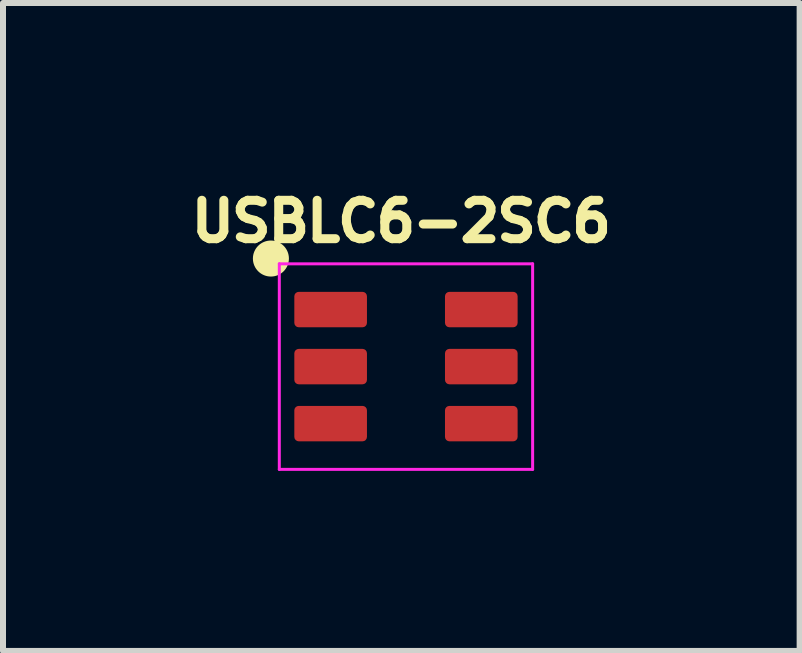
<source format=kicad_pcb>
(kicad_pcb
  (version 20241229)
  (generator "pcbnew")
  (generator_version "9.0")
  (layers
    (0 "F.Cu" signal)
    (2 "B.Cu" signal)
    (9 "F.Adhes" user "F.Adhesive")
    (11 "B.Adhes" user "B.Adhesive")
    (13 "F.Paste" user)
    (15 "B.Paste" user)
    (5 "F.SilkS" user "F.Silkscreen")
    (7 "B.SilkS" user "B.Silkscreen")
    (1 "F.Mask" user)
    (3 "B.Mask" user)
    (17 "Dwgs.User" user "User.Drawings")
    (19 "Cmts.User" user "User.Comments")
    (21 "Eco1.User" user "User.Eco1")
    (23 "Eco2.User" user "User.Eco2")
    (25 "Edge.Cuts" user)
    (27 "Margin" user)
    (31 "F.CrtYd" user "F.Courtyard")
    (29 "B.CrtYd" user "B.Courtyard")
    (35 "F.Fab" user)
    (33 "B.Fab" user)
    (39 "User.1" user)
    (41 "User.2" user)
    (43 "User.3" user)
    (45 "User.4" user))
  (footprint "USBLC6-2SC6"
    (layer "F.Cu")
    (at 3.713 3.057)
    (property "Reference" "USBLC6-2SC6" (at -0.078 -2.419 0) (layer "F.SilkS") (effects (font (size 0.64 0.64) (thickness 0.15))))
    (attr smd)
    (fp_circle (center -2.25 -1.8) (end -2.05 -1.8) (stroke (width 0.2) (type solid)) (fill yes) (layer "F.SilkS"))
    (fp_line (start -2.11 -1.712) (end -2.11 1.712) (stroke (width 0.05) (type solid)) (layer "F.CrtYd"))
    (fp_line (start -2.11 1.712) (end 2.11 1.712) (stroke (width 0.05) (type solid)) (layer "F.CrtYd"))
    (fp_line (start 2.11 -1.712) (end -2.11 -1.712) (stroke (width 0.05) (type solid)) (layer "F.CrtYd"))
    (fp_line (start 2.11 1.712) (end 2.11 -1.712) (stroke (width 0.05) (type solid)) (layer "F.CrtYd"))
    (pad "1" smd roundrect (at -1.255 -0.95) (size 1.21 0.59) (layers "F.Cu" "F.Mask" "F.Paste") (roundrect_rratio 0.125))
    (pad "2" smd roundrect (at -1.255 0) (size 1.21 0.59) (layers "F.Cu" "F.Mask" "F.Paste") (roundrect_rratio 0.125))
    (pad "3" smd roundrect (at -1.255 0.95) (size 1.21 0.59) (layers "F.Cu" "F.Mask" "F.Paste") (roundrect_rratio 0.125))
    (pad "4" smd roundrect (at 1.255 0.95) (size 1.21 0.59) (layers "F.Cu" "F.Mask" "F.Paste") (roundrect_rratio 0.125))
    (pad "5" smd roundrect (at 1.255 0) (size 1.21 0.59) (layers "F.Cu" "F.Mask" "F.Paste") (roundrect_rratio 0.125))
    (pad "6" smd roundrect (at 1.255 -0.95) (size 1.21 0.59) (layers "F.Cu" "F.Mask" "F.Paste") (roundrect_rratio 0.125)))
  (gr_rect
    (start -3 -3)
    (end 10.271 7.794)
    (stroke (width 0.1) (type default))
    (fill no)
    (layer "Edge.Cuts")))
</source>
